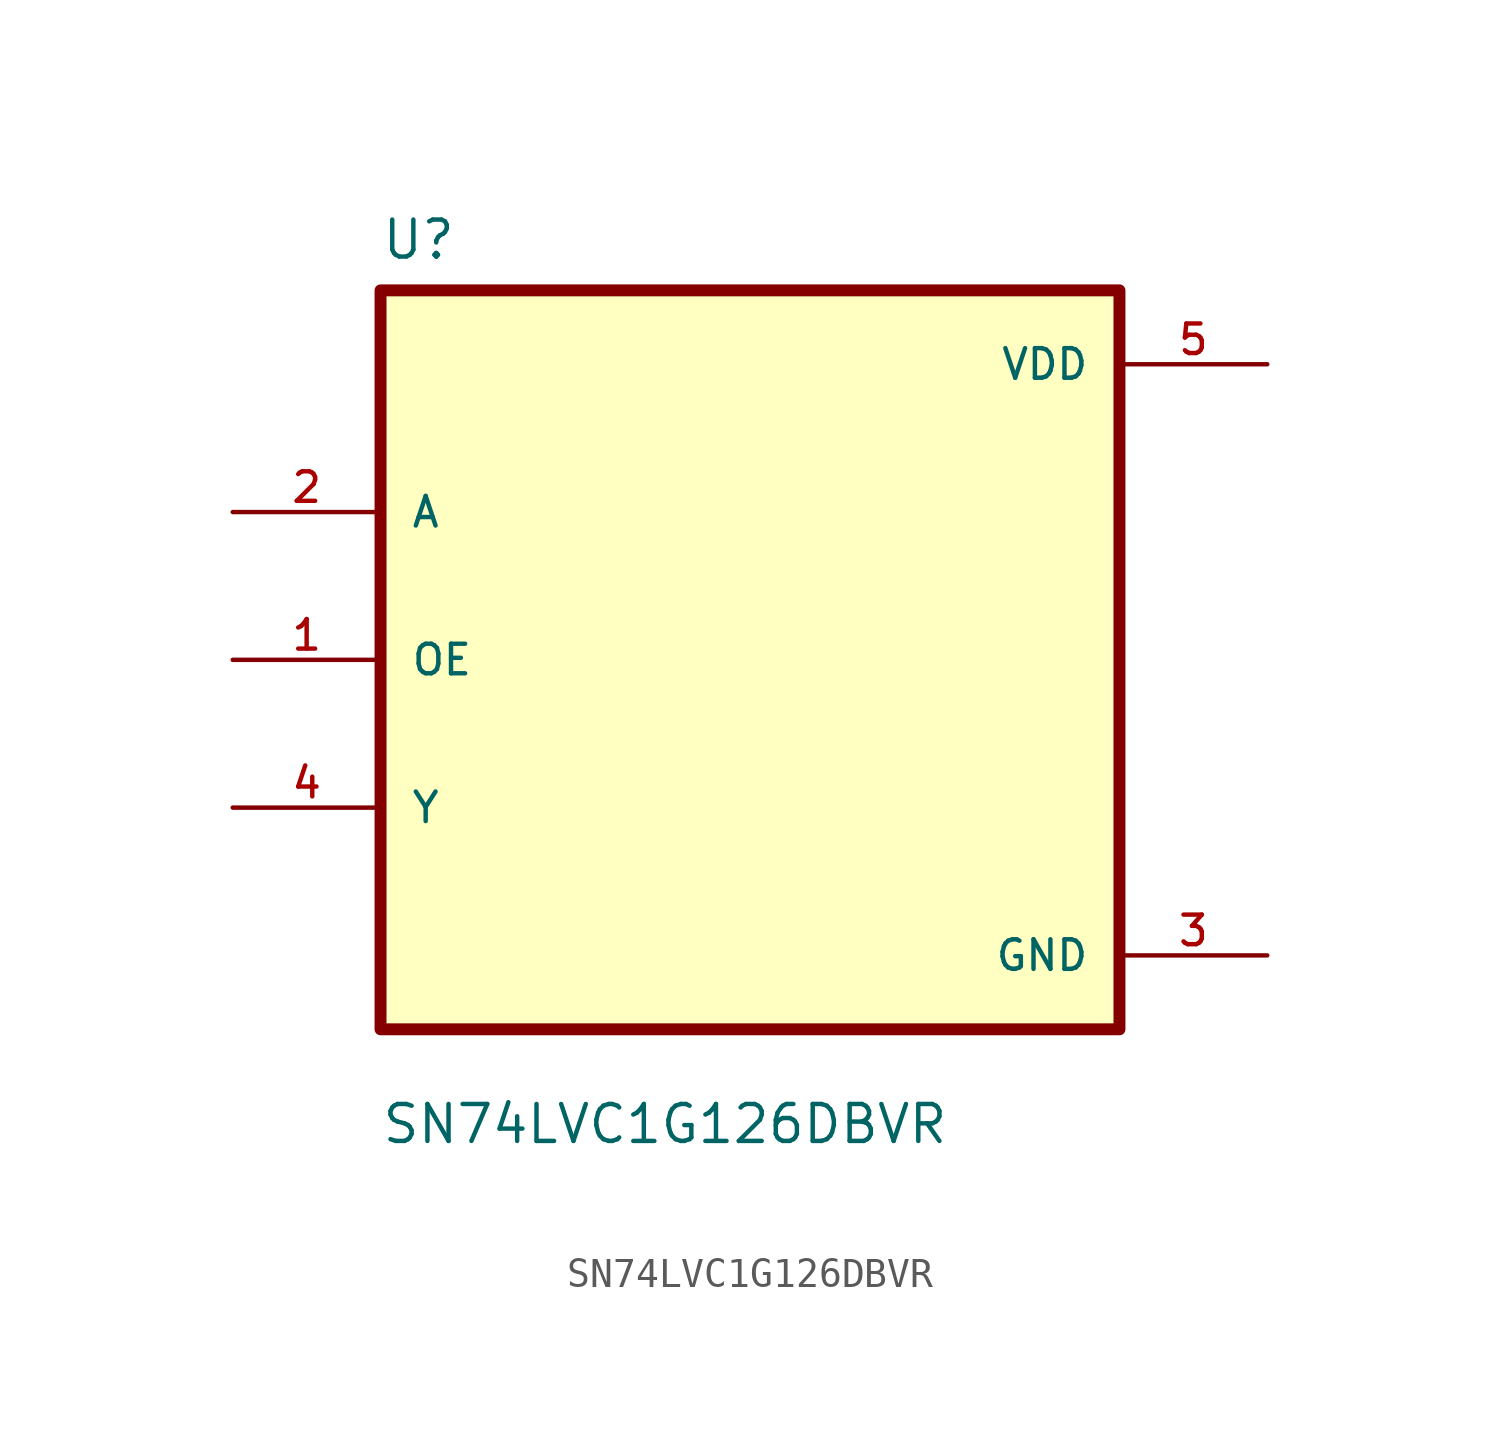
<source format=kicad_sym>
(kicad_symbol_lib
  (version 20211014)
  (generator kicad_symbol_editor)
  (symbol "SN74LVC1G126DBVR"
    (pin_names
      (offset 1.016))
    (property "Reference" "U"
      (at -12.7 13.7 0.0)
      (effects (font (size 1.27 1.27)) (justify bottom left)))
    (property "Value" "SN74LVC1G126DBVR"
      (at -12.7 -16.7 0.0)
      (effects (font (size 1.27 1.27)) (justify bottom left)))
    (symbol "SN74LVC1G126DBVR_0_0"
      (rectangle (start -12.7 -12.7) (end 12.7 12.7) (stroke (width 0.41)) (fill (type background)))
      (pin bidirectional line (at -17.78 5.08 0) (length 5.08) (name "A" (effects (font (size 1.016 1.016)))) (number "2" (effects (font (size 1.016 1.016)))))
      (pin bidirectional line (at -17.78 -8.88178e-16 0) (length 5.08) (name "OE" (effects (font (size 1.016 1.016)))) (number "1" (effects (font (size 1.016 1.016)))))
      (pin bidirectional line (at -17.78 -5.08 0) (length 5.08) (name "Y" (effects (font (size 1.016 1.016)))) (number "4" (effects (font (size 1.016 1.016)))))
      (pin power_in line (at 17.78 10.16 180.0) (length 5.08) (name "VDD" (effects (font (size 1.016 1.016)))) (number "5" (effects (font (size 1.016 1.016)))))
      (pin power_in line (at 17.78 -10.16 180.0) (length 5.08) (name "GND" (effects (font (size 1.016 1.016)))) (number "3" (effects (font (size 1.016 1.016))))))))
</source>
